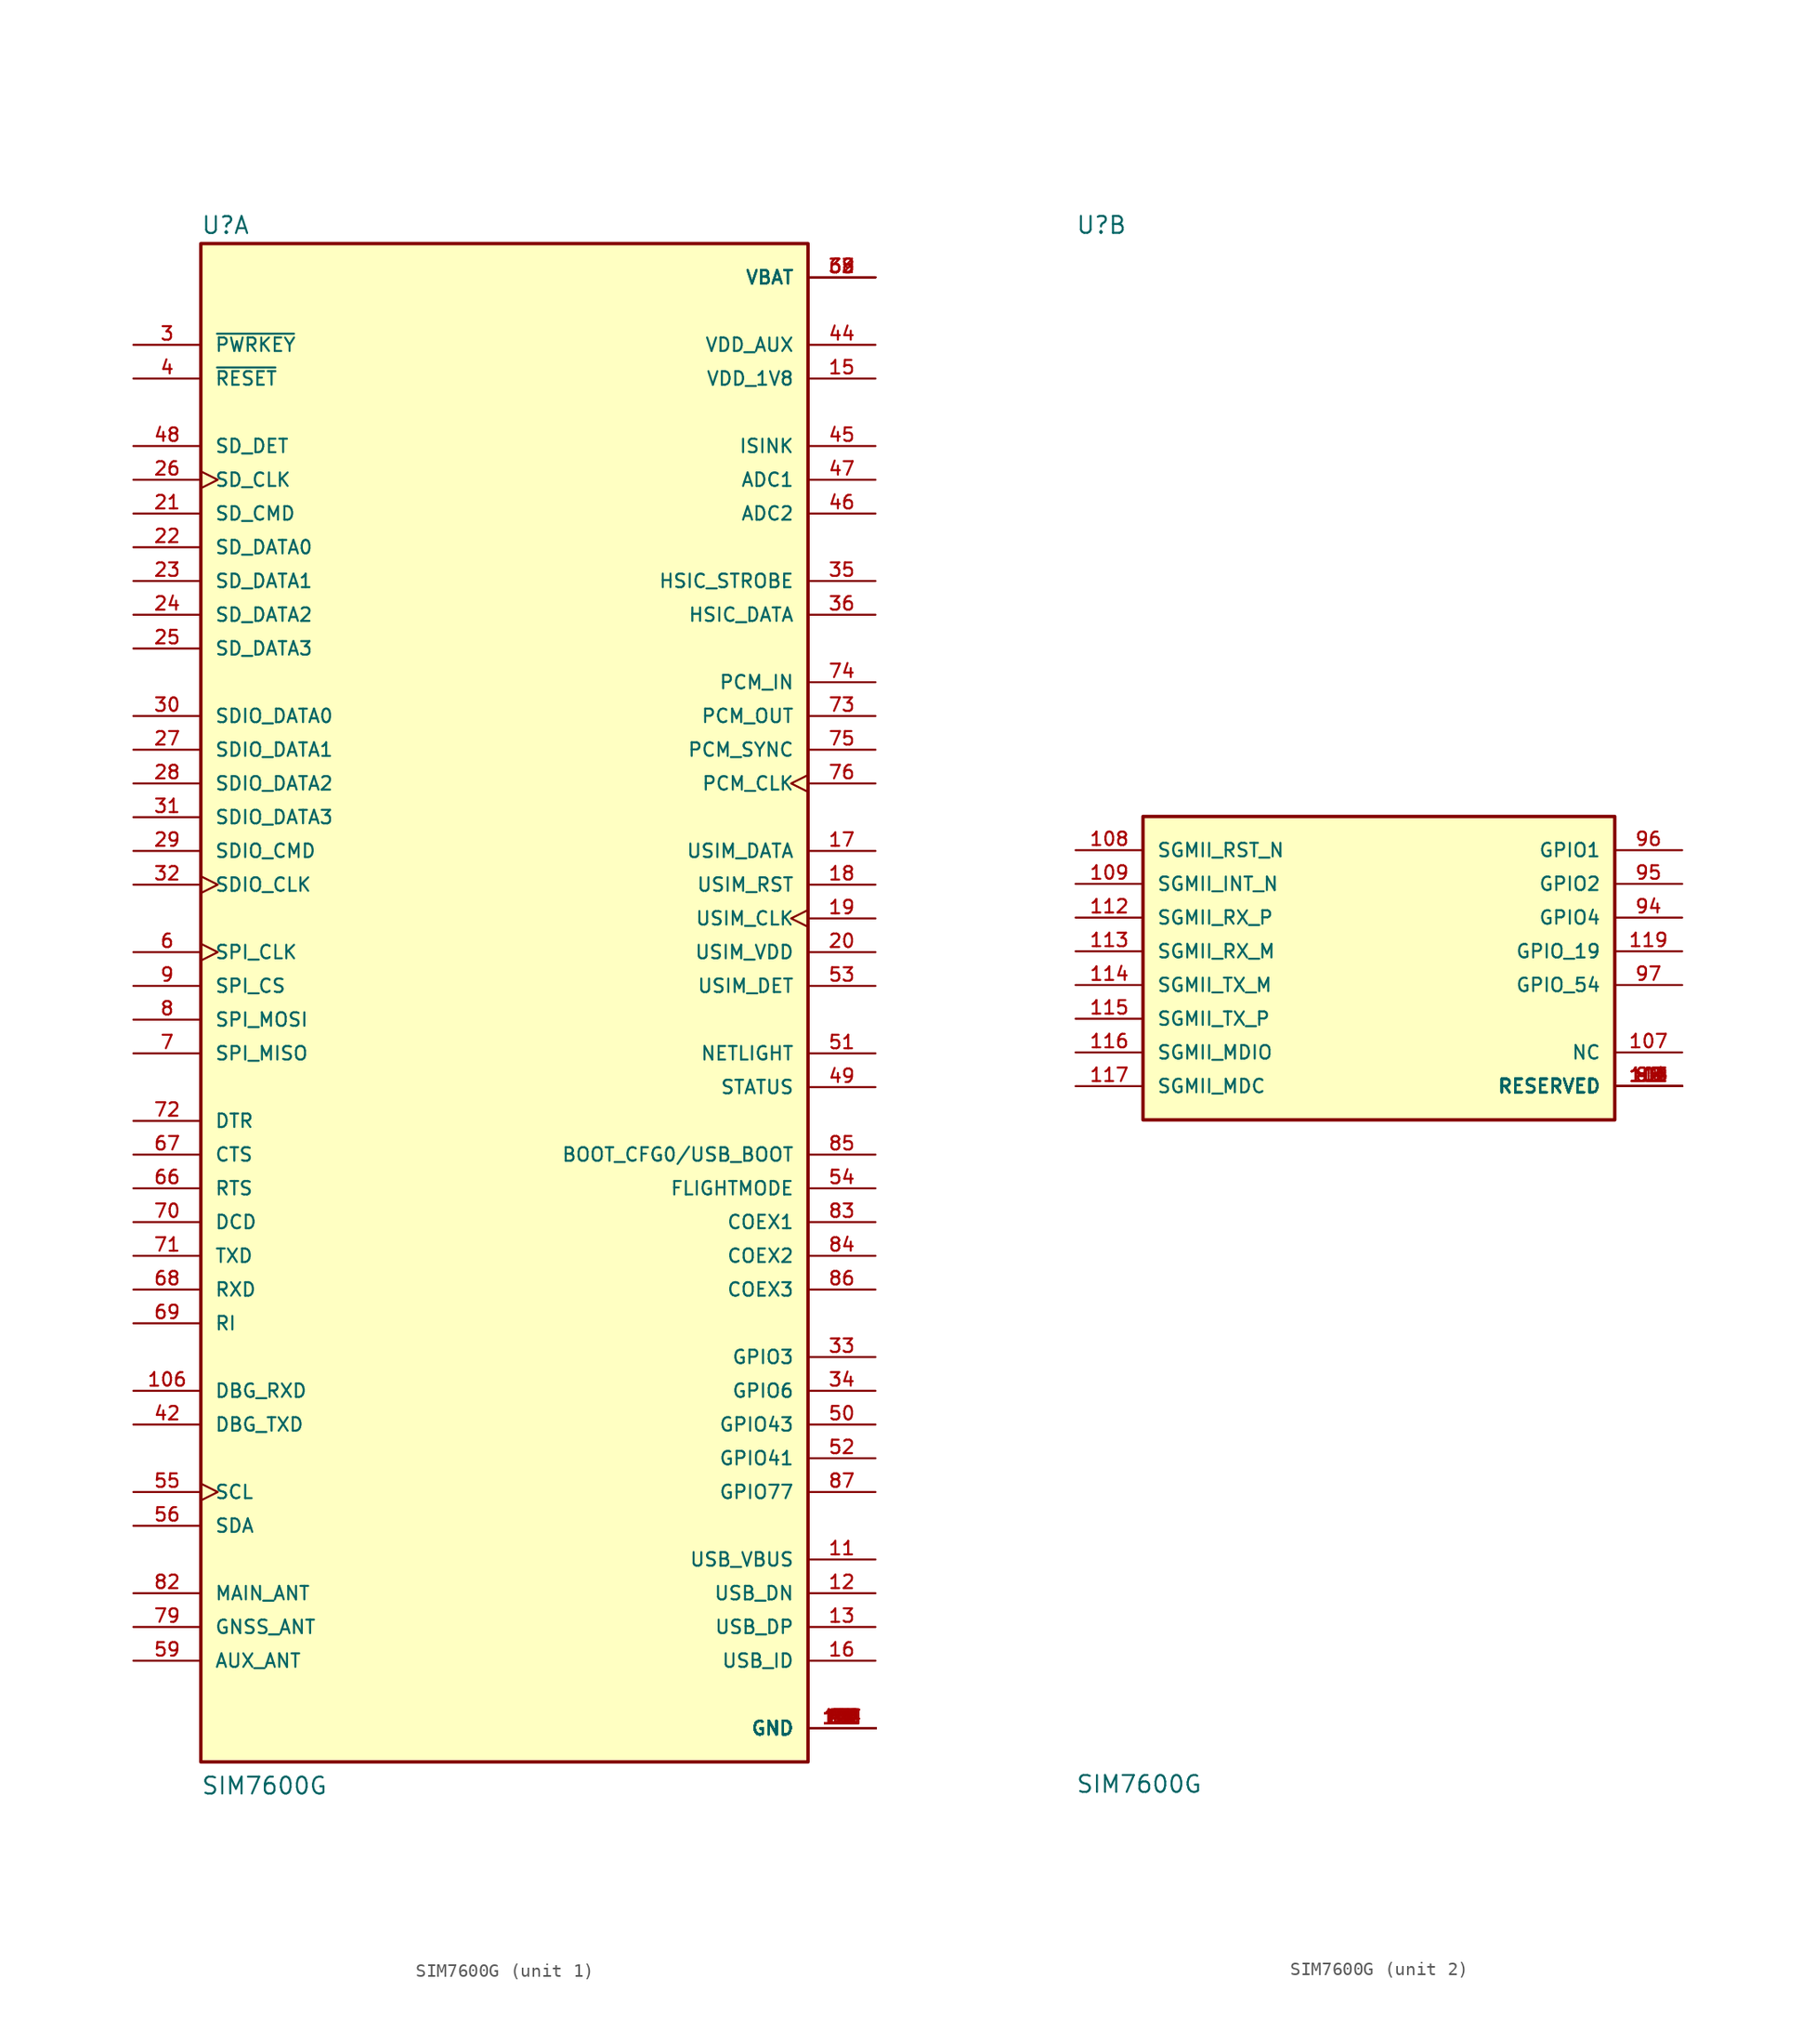
<source format=kicad_sym>
(kicad_symbol_lib
  (version 20211014)
  (generator kicad_symbol_editor)
  (symbol "SIM7600G"
    (pin_names
      (offset 1.016))
    (property "Reference" "U"
      (at -22.86 56.515 0)
      (effects (font (size 1.27 1.27)) (justify bottom left)))
    (property "Value" "SIM7600G"
      (at -22.86 -60.96 0)
      (effects (font (size 1.27 1.27)) (justify bottom left)))
    (symbol "SIM7600G_1_0"
      (rectangle (start -22.86 -58.42) (end 22.86 55.88) (stroke (width 0.254)) (fill (type background)))
      (pin power_in line (at 27.94 53.34 180.0) (length 5.08) (name "VBAT" (effects (font (size 1.016 1.016)))) (number "38" (effects (font (size 1.016 1.016)))))
      (pin power_in line (at 27.94 53.34 180.0) (length 5.08) (name "VBAT" (effects (font (size 1.016 1.016)))) (number "39" (effects (font (size 1.016 1.016)))))
      (pin power_in line (at 27.94 53.34 180.0) (length 5.08) (name "VBAT" (effects (font (size 1.016 1.016)))) (number "62" (effects (font (size 1.016 1.016)))))
      (pin power_in line (at 27.94 53.34 180.0) (length 5.08) (name "VBAT" (effects (font (size 1.016 1.016)))) (number "63" (effects (font (size 1.016 1.016)))))
      (pin output line (at 27.94 48.26 180.0) (length 5.08) (name "VDD_AUX" (effects (font (size 1.016 1.016)))) (number "44" (effects (font (size 1.016 1.016)))))
      (pin output line (at 27.94 45.72 180.0) (length 5.08) (name "VDD_1V8" (effects (font (size 1.016 1.016)))) (number "15" (effects (font (size 1.016 1.016)))))
      (pin power_in line (at 27.94 -55.88 180.0) (length 5.08) (name "GND" (effects (font (size 1.016 1.016)))) (number "1" (effects (font (size 1.016 1.016)))))
      (pin power_in line (at 27.94 -55.88 180.0) (length 5.08) (name "GND" (effects (font (size 1.016 1.016)))) (number "2" (effects (font (size 1.016 1.016)))))
      (pin power_in line (at 27.94 -55.88 180.0) (length 5.08) (name "GND" (effects (font (size 1.016 1.016)))) (number "5" (effects (font (size 1.016 1.016)))))
      (pin power_in line (at 27.94 -55.88 180.0) (length 5.08) (name "GND" (effects (font (size 1.016 1.016)))) (number "10" (effects (font (size 1.016 1.016)))))
      (pin power_in line (at 27.94 -55.88 180.0) (length 5.08) (name "GND" (effects (font (size 1.016 1.016)))) (number "14" (effects (font (size 1.016 1.016)))))
      (pin power_in line (at 27.94 -55.88 180.0) (length 5.08) (name "GND" (effects (font (size 1.016 1.016)))) (number "37" (effects (font (size 1.016 1.016)))))
      (pin power_in line (at 27.94 -55.88 180.0) (length 5.08) (name "GND" (effects (font (size 1.016 1.016)))) (number "40" (effects (font (size 1.016 1.016)))))
      (pin power_in line (at 27.94 -55.88 180.0) (length 5.08) (name "GND" (effects (font (size 1.016 1.016)))) (number "41" (effects (font (size 1.016 1.016)))))
      (pin power_in line (at 27.94 -55.88 180.0) (length 5.08) (name "GND" (effects (font (size 1.016 1.016)))) (number "43" (effects (font (size 1.016 1.016)))))
      (pin power_in line (at 27.94 -55.88 180.0) (length 5.08) (name "GND" (effects (font (size 1.016 1.016)))) (number "57" (effects (font (size 1.016 1.016)))))
      (pin power_in line (at 27.94 -55.88 180.0) (length 5.08) (name "GND" (effects (font (size 1.016 1.016)))) (number "58" (effects (font (size 1.016 1.016)))))
      (pin power_in line (at 27.94 -55.88 180.0) (length 5.08) (name "GND" (effects (font (size 1.016 1.016)))) (number "60" (effects (font (size 1.016 1.016)))))
      (pin power_in line (at 27.94 -55.88 180.0) (length 5.08) (name "GND" (effects (font (size 1.016 1.016)))) (number "61" (effects (font (size 1.016 1.016)))))
      (pin power_in line (at 27.94 -55.88 180.0) (length 5.08) (name "GND" (effects (font (size 1.016 1.016)))) (number "64" (effects (font (size 1.016 1.016)))))
      (pin power_in line (at 27.94 -55.88 180.0) (length 5.08) (name "GND" (effects (font (size 1.016 1.016)))) (number "65" (effects (font (size 1.016 1.016)))))
      (pin power_in line (at 27.94 -55.88 180.0) (length 5.08) (name "GND" (effects (font (size 1.016 1.016)))) (number "77" (effects (font (size 1.016 1.016)))))
      (pin power_in line (at 27.94 -55.88 180.0) (length 5.08) (name "GND" (effects (font (size 1.016 1.016)))) (number "78" (effects (font (size 1.016 1.016)))))
      (pin power_in line (at 27.94 -55.88 180.0) (length 5.08) (name "GND" (effects (font (size 1.016 1.016)))) (number "80" (effects (font (size 1.016 1.016)))))
      (pin power_in line (at 27.94 -55.88 180.0) (length 5.08) (name "GND" (effects (font (size 1.016 1.016)))) (number "81" (effects (font (size 1.016 1.016)))))
      (pin power_in line (at 27.94 -55.88 180.0) (length 5.08) (name "GND" (effects (font (size 1.016 1.016)))) (number "93" (effects (font (size 1.016 1.016)))))
      (pin power_in line (at 27.94 -55.88 180.0) (length 5.08) (name "GND" (effects (font (size 1.016 1.016)))) (number "98" (effects (font (size 1.016 1.016)))))
      (pin power_in line (at 27.94 -55.88 180.0) (length 5.08) (name "GND" (effects (font (size 1.016 1.016)))) (number "110" (effects (font (size 1.016 1.016)))))
      (pin power_in line (at 27.94 -55.88 180.0) (length 5.08) (name "GND" (effects (font (size 1.016 1.016)))) (number "118" (effects (font (size 1.016 1.016)))))
      (pin power_in line (at 27.94 -55.88 180.0) (length 5.08) (name "GND" (effects (font (size 1.016 1.016)))) (number "120" (effects (font (size 1.016 1.016)))))
      (pin power_in line (at 27.94 -55.88 180.0) (length 5.08) (name "GND" (effects (font (size 1.016 1.016)))) (number "121" (effects (font (size 1.016 1.016)))))
      (pin power_in line (at 27.94 -55.88 180.0) (length 5.08) (name "GND" (effects (font (size 1.016 1.016)))) (number "122" (effects (font (size 1.016 1.016)))))
      (pin power_in line (at 27.94 -55.88 180.0) (length 5.08) (name "GND" (effects (font (size 1.016 1.016)))) (number "123" (effects (font (size 1.016 1.016)))))
      (pin power_in line (at 27.94 -55.88 180.0) (length 5.08) (name "GND" (effects (font (size 1.016 1.016)))) (number "124" (effects (font (size 1.016 1.016)))))
      (pin power_in line (at 27.94 -55.88 180.0) (length 5.08) (name "GND" (effects (font (size 1.016 1.016)))) (number "125" (effects (font (size 1.016 1.016)))))
      (pin power_in line (at 27.94 -55.88 180.0) (length 5.08) (name "GND" (effects (font (size 1.016 1.016)))) (number "126" (effects (font (size 1.016 1.016)))))
      (pin power_in line (at 27.94 -55.88 180.0) (length 5.08) (name "GND" (effects (font (size 1.016 1.016)))) (number "127" (effects (font (size 1.016 1.016)))))
      (pin power_in line (at 27.94 -55.88 180.0) (length 5.08) (name "GND" (effects (font (size 1.016 1.016)))) (number "128" (effects (font (size 1.016 1.016)))))
      (pin power_in line (at 27.94 -55.88 180.0) (length 5.08) (name "GND" (effects (font (size 1.016 1.016)))) (number "129" (effects (font (size 1.016 1.016)))))
      (pin power_in line (at 27.94 -55.88 180.0) (length 5.08) (name "GND" (effects (font (size 1.016 1.016)))) (number "130" (effects (font (size 1.016 1.016)))))
      (pin power_in line (at 27.94 -55.88 180.0) (length 5.08) (name "GND" (effects (font (size 1.016 1.016)))) (number "131" (effects (font (size 1.016 1.016)))))
      (pin power_in line (at 27.94 -55.88 180.0) (length 5.08) (name "GND" (effects (font (size 1.016 1.016)))) (number "132" (effects (font (size 1.016 1.016)))))
      (pin power_in line (at 27.94 -55.88 180.0) (length 5.08) (name "GND" (effects (font (size 1.016 1.016)))) (number "133" (effects (font (size 1.016 1.016)))))
      (pin power_in line (at 27.94 -55.88 180.0) (length 5.08) (name "GND" (effects (font (size 1.016 1.016)))) (number "134" (effects (font (size 1.016 1.016)))))
      (pin power_in line (at 27.94 -55.88 180.0) (length 5.08) (name "GND" (effects (font (size 1.016 1.016)))) (number "135" (effects (font (size 1.016 1.016)))))
      (pin input line (at -27.94 48.26 0) (length 5.08) (name "~{PWRKEY}" (effects (font (size 1.016 1.016)))) (number "3" (effects (font (size 1.016 1.016)))))
      (pin input line (at -27.94 45.72 0) (length 5.08) (name "~{RESET}" (effects (font (size 1.016 1.016)))) (number "4" (effects (font (size 1.016 1.016)))))
      (pin bidirectional line (at -27.94 35.56 0) (length 5.08) (name "SD_CMD" (effects (font (size 1.016 1.016)))) (number "21" (effects (font (size 1.016 1.016)))))
      (pin bidirectional line (at -27.94 33.02 0) (length 5.08) (name "SD_DATA0" (effects (font (size 1.016 1.016)))) (number "22" (effects (font (size 1.016 1.016)))))
      (pin output clock (at -27.94 38.1 0) (length 5.08) (name "SD_CLK" (effects (font (size 1.016 1.016)))) (number "26" (effects (font (size 1.016 1.016)))))
      (pin bidirectional line (at 27.94 10.16 180.0) (length 5.08) (name "USIM_DATA" (effects (font (size 1.016 1.016)))) (number "17" (effects (font (size 1.016 1.016)))))
      (pin output line (at 27.94 7.62 180.0) (length 5.08) (name "USIM_RST" (effects (font (size 1.016 1.016)))) (number "18" (effects (font (size 1.016 1.016)))))
      (pin output clock (at 27.94 5.08 180.0) (length 5.08) (name "USIM_CLK" (effects (font (size 1.016 1.016)))) (number "19" (effects (font (size 1.016 1.016)))))
      (pin output line (at 27.94 2.54 180.0) (length 5.08) (name "USIM_VDD" (effects (font (size 1.016 1.016)))) (number "20" (effects (font (size 1.016 1.016)))))
      (pin output clock (at -27.94 2.54 0) (length 5.08) (name "SPI_CLK" (effects (font (size 1.016 1.016)))) (number "6" (effects (font (size 1.016 1.016)))))
      (pin input line (at -27.94 -5.08 0) (length 5.08) (name "SPI_MISO" (effects (font (size 1.016 1.016)))) (number "7" (effects (font (size 1.016 1.016)))))
      (pin output line (at -27.94 -2.54 0) (length 5.08) (name "SPI_MOSI" (effects (font (size 1.016 1.016)))) (number "8" (effects (font (size 1.016 1.016)))))
      (pin output line (at -27.94 0.0 0) (length 5.08) (name "SPI_CS" (effects (font (size 1.016 1.016)))) (number "9" (effects (font (size 1.016 1.016)))))
      (pin input line (at 27.94 -43.18 180.0) (length 5.08) (name "USB_VBUS" (effects (font (size 1.016 1.016)))) (number "11" (effects (font (size 1.016 1.016)))))
      (pin bidirectional line (at 27.94 -45.72 180.0) (length 5.08) (name "USB_DN" (effects (font (size 1.016 1.016)))) (number "12" (effects (font (size 1.016 1.016)))))
      (pin bidirectional line (at 27.94 -48.26 180.0) (length 5.08) (name "USB_DP" (effects (font (size 1.016 1.016)))) (number "13" (effects (font (size 1.016 1.016)))))
      (pin input line (at 27.94 -50.8 180.0) (length 5.08) (name "USB_ID" (effects (font (size 1.016 1.016)))) (number "16" (effects (font (size 1.016 1.016)))))
      (pin output line (at -27.94 -15.24 0) (length 5.08) (name "RTS" (effects (font (size 1.016 1.016)))) (number "66" (effects (font (size 1.016 1.016)))))
      (pin input line (at -27.94 -12.7 0) (length 5.08) (name "CTS" (effects (font (size 1.016 1.016)))) (number "67" (effects (font (size 1.016 1.016)))))
      (pin input line (at -27.94 -22.86 0) (length 5.08) (name "RXD" (effects (font (size 1.016 1.016)))) (number "68" (effects (font (size 1.016 1.016)))))
      (pin output line (at -27.94 -25.4 0) (length 5.08) (name "RI" (effects (font (size 1.016 1.016)))) (number "69" (effects (font (size 1.016 1.016)))))
      (pin output line (at -27.94 -17.78 0) (length 5.08) (name "DCD" (effects (font (size 1.016 1.016)))) (number "70" (effects (font (size 1.016 1.016)))))
      (pin output line (at -27.94 -20.32 0) (length 5.08) (name "TXD" (effects (font (size 1.016 1.016)))) (number "71" (effects (font (size 1.016 1.016)))))
      (pin input line (at -27.94 -10.16 0) (length 5.08) (name "DTR" (effects (font (size 1.016 1.016)))) (number "72" (effects (font (size 1.016 1.016)))))
      (pin output clock (at -27.94 -38.1 0) (length 5.08) (name "SCL" (effects (font (size 1.016 1.016)))) (number "55" (effects (font (size 1.016 1.016)))))
      (pin bidirectional line (at -27.94 -40.64 0) (length 5.08) (name "SDA" (effects (font (size 1.016 1.016)))) (number "56" (effects (font (size 1.016 1.016)))))
      (pin bidirectional line (at -27.94 17.78 0) (length 5.08) (name "SDIO_DATA1" (effects (font (size 1.016 1.016)))) (number "27" (effects (font (size 1.016 1.016)))))
      (pin bidirectional line (at -27.94 15.24 0) (length 5.08) (name "SDIO_DATA2" (effects (font (size 1.016 1.016)))) (number "28" (effects (font (size 1.016 1.016)))))
      (pin bidirectional line (at -27.94 10.16 0) (length 5.08) (name "SDIO_CMD" (effects (font (size 1.016 1.016)))) (number "29" (effects (font (size 1.016 1.016)))))
      (pin bidirectional line (at -27.94 20.32 0) (length 5.08) (name "SDIO_DATA0" (effects (font (size 1.016 1.016)))) (number "30" (effects (font (size 1.016 1.016)))))
      (pin bidirectional line (at -27.94 12.7 0) (length 5.08) (name "SDIO_DATA3" (effects (font (size 1.016 1.016)))) (number "31" (effects (font (size 1.016 1.016)))))
      (pin output clock (at -27.94 7.62 0) (length 5.08) (name "SDIO_CLK" (effects (font (size 1.016 1.016)))) (number "32" (effects (font (size 1.016 1.016)))))
      (pin bidirectional line (at 27.94 30.48 180.0) (length 5.08) (name "HSIC_STROBE" (effects (font (size 1.016 1.016)))) (number "35" (effects (font (size 1.016 1.016)))))
      (pin bidirectional line (at 27.94 27.94 180.0) (length 5.08) (name "HSIC_DATA" (effects (font (size 1.016 1.016)))) (number "36" (effects (font (size 1.016 1.016)))))
      (pin output line (at 27.94 20.32 180.0) (length 5.08) (name "PCM_OUT" (effects (font (size 1.016 1.016)))) (number "73" (effects (font (size 1.016 1.016)))))
      (pin input line (at 27.94 22.86 180.0) (length 5.08) (name "PCM_IN" (effects (font (size 1.016 1.016)))) (number "74" (effects (font (size 1.016 1.016)))))
      (pin bidirectional line (at 27.94 17.78 180.0) (length 5.08) (name "PCM_SYNC" (effects (font (size 1.016 1.016)))) (number "75" (effects (font (size 1.016 1.016)))))
      (pin bidirectional clock (at 27.94 15.24 180.0) (length 5.08) (name "PCM_CLK" (effects (font (size 1.016 1.016)))) (number "76" (effects (font (size 1.016 1.016)))))
      (pin input line (at 27.94 -15.24 180.0) (length 5.08) (name "FLIGHTMODE" (effects (font (size 1.016 1.016)))) (number "54" (effects (font (size 1.016 1.016)))))
      (pin input line (at -27.94 40.64 0) (length 5.08) (name "SD_DET" (effects (font (size 1.016 1.016)))) (number "48" (effects (font (size 1.016 1.016)))))
      (pin bidirectional line (at 27.94 0.0 180.0) (length 5.08) (name "USIM_DET" (effects (font (size 1.016 1.016)))) (number "53" (effects (font (size 1.016 1.016)))))
      (pin bidirectional line (at -27.94 -45.72 0) (length 5.08) (name "MAIN_ANT" (effects (font (size 1.016 1.016)))) (number "82" (effects (font (size 1.016 1.016)))))
      (pin input line (at -27.94 -48.26 0) (length 5.08) (name "GNSS_ANT" (effects (font (size 1.016 1.016)))) (number "79" (effects (font (size 1.016 1.016)))))
      (pin input line (at -27.94 -50.8 0) (length 5.08) (name "AUX_ANT" (effects (font (size 1.016 1.016)))) (number "59" (effects (font (size 1.016 1.016)))))
      (pin bidirectional line (at 27.94 -17.78 180.0) (length 5.08) (name "COEX1" (effects (font (size 1.016 1.016)))) (number "83" (effects (font (size 1.016 1.016)))))
      (pin bidirectional line (at 27.94 -20.32 180.0) (length 5.08) (name "COEX2" (effects (font (size 1.016 1.016)))) (number "84" (effects (font (size 1.016 1.016)))))
      (pin bidirectional line (at 27.94 -22.86 180.0) (length 5.08) (name "COEX3" (effects (font (size 1.016 1.016)))) (number "86" (effects (font (size 1.016 1.016)))))
      (pin bidirectional line (at -27.94 30.48 0) (length 5.08) (name "SD_DATA1" (effects (font (size 1.016 1.016)))) (number "23" (effects (font (size 1.016 1.016)))))
      (pin bidirectional line (at -27.94 27.94 0) (length 5.08) (name "SD_DATA2" (effects (font (size 1.016 1.016)))) (number "24" (effects (font (size 1.016 1.016)))))
      (pin bidirectional line (at -27.94 25.4 0) (length 5.08) (name "SD_DATA3" (effects (font (size 1.016 1.016)))) (number "25" (effects (font (size 1.016 1.016)))))
      (pin input line (at 27.94 -12.7 180.0) (length 5.08) (name "BOOT_CFG0/USB_BOOT" (effects (font (size 1.016 1.016)))) (number "85" (effects (font (size 1.016 1.016)))))
      (pin output line (at -27.94 -33.02 0) (length 5.08) (name "DBG_TXD" (effects (font (size 1.016 1.016)))) (number "42" (effects (font (size 1.016 1.016)))))
      (pin input line (at 27.94 40.64 180.0) (length 5.08) (name "ISINK" (effects (font (size 1.016 1.016)))) (number "45" (effects (font (size 1.016 1.016)))))
      (pin input line (at 27.94 38.1 180.0) (length 5.08) (name "ADC1" (effects (font (size 1.016 1.016)))) (number "47" (effects (font (size 1.016 1.016)))))
      (pin input line (at 27.94 35.56 180.0) (length 5.08) (name "ADC2" (effects (font (size 1.016 1.016)))) (number "46" (effects (font (size 1.016 1.016)))))
      (pin bidirectional line (at 27.94 -35.56 180.0) (length 5.08) (name "GPIO41" (effects (font (size 1.016 1.016)))) (number "52" (effects (font (size 1.016 1.016)))))
      (pin bidirectional line (at 27.94 -33.02 180.0) (length 5.08) (name "GPIO43" (effects (font (size 1.016 1.016)))) (number "50" (effects (font (size 1.016 1.016)))))
      (pin bidirectional line (at 27.94 -27.94 180.0) (length 5.08) (name "GPIO3" (effects (font (size 1.016 1.016)))) (number "33" (effects (font (size 1.016 1.016)))))
      (pin bidirectional line (at 27.94 -30.48 180.0) (length 5.08) (name "GPIO6" (effects (font (size 1.016 1.016)))) (number "34" (effects (font (size 1.016 1.016)))))
      (pin bidirectional line (at 27.94 -38.1 180.0) (length 5.08) (name "GPIO77" (effects (font (size 1.016 1.016)))) (number "87" (effects (font (size 1.016 1.016)))))
      (pin output line (at 27.94 -5.08 180.0) (length 5.08) (name "NETLIGHT" (effects (font (size 1.016 1.016)))) (number "51" (effects (font (size 1.016 1.016)))))
      (pin output line (at 27.94 -7.62 180.0) (length 5.08) (name "STATUS" (effects (font (size 1.016 1.016)))) (number "49" (effects (font (size 1.016 1.016)))))
      (pin input line (at -27.94 -30.48 0) (length 5.08) (name "DBG_RXD" (effects (font (size 1.016 1.016)))) (number "106" (effects (font (size 1.016 1.016))))))
    (symbol "SIM7600G_2_0"
      (rectangle (start -17.78 -10.16) (end 17.78 12.7) (stroke (width 0.254)) (fill (type background)))
      (pin bidirectional line (at 22.86 10.16 180.0) (length 5.08) (name "GPIO1" (effects (font (size 1.016 1.016)))) (number "96" (effects (font (size 1.016 1.016)))))
      (pin bidirectional line (at 22.86 7.62 180.0) (length 5.08) (name "GPIO2" (effects (font (size 1.016 1.016)))) (number "95" (effects (font (size 1.016 1.016)))))
      (pin bidirectional line (at 22.86 5.08 180.0) (length 5.08) (name "GPIO4" (effects (font (size 1.016 1.016)))) (number "94" (effects (font (size 1.016 1.016)))))
      (pin bidirectional line (at 22.86 0.0 180.0) (length 5.08) (name "GPIO_54" (effects (font (size 1.016 1.016)))) (number "97" (effects (font (size 1.016 1.016)))))
      (pin bidirectional line (at 22.86 2.54 180.0) (length 5.08) (name "GPIO_19" (effects (font (size 1.016 1.016)))) (number "119" (effects (font (size 1.016 1.016)))))
      (pin passive line (at 22.86 -7.62 180.0) (length 5.08) (name "RESERVED" (effects (font (size 1.016 1.016)))) (number "88" (effects (font (size 1.016 1.016)))))
      (pin passive line (at 22.86 -7.62 180.0) (length 5.08) (name "RESERVED" (effects (font (size 1.016 1.016)))) (number "89" (effects (font (size 1.016 1.016)))))
      (pin passive line (at 22.86 -7.62 180.0) (length 5.08) (name "RESERVED" (effects (font (size 1.016 1.016)))) (number "90" (effects (font (size 1.016 1.016)))))
      (pin passive line (at 22.86 -7.62 180.0) (length 5.08) (name "RESERVED" (effects (font (size 1.016 1.016)))) (number "91" (effects (font (size 1.016 1.016)))))
      (pin passive line (at 22.86 -7.62 180.0) (length 5.08) (name "RESERVED" (effects (font (size 1.016 1.016)))) (number "92" (effects (font (size 1.016 1.016)))))
      (pin passive line (at 22.86 -7.62 180.0) (length 5.08) (name "RESERVED" (effects (font (size 1.016 1.016)))) (number "99" (effects (font (size 1.016 1.016)))))
      (pin passive line (at 22.86 -7.62 180.0) (length 5.08) (name "RESERVED" (effects (font (size 1.016 1.016)))) (number "100" (effects (font (size 1.016 1.016)))))
      (pin passive line (at 22.86 -7.62 180.0) (length 5.08) (name "RESERVED" (effects (font (size 1.016 1.016)))) (number "101" (effects (font (size 1.016 1.016)))))
      (pin passive line (at 22.86 -7.62 180.0) (length 5.08) (name "RESERVED" (effects (font (size 1.016 1.016)))) (number "102" (effects (font (size 1.016 1.016)))))
      (pin passive line (at 22.86 -7.62 180.0) (length 5.08) (name "RESERVED" (effects (font (size 1.016 1.016)))) (number "103" (effects (font (size 1.016 1.016)))))
      (pin passive line (at 22.86 -7.62 180.0) (length 5.08) (name "RESERVED" (effects (font (size 1.016 1.016)))) (number "104" (effects (font (size 1.016 1.016)))))
      (pin passive line (at 22.86 -7.62 180.0) (length 5.08) (name "RESERVED" (effects (font (size 1.016 1.016)))) (number "105" (effects (font (size 1.016 1.016)))))
      (pin passive line (at 22.86 -7.62 180.0) (length 5.08) (name "RESERVED" (effects (font (size 1.016 1.016)))) (number "111" (effects (font (size 1.016 1.016)))))
      (pin bidirectional line (at -22.86 10.16 0) (length 5.08) (name "SGMII_RST_N" (effects (font (size 1.016 1.016)))) (number "108" (effects (font (size 1.016 1.016)))))
      (pin bidirectional line (at -22.86 7.62 0) (length 5.08) (name "SGMII_INT_N" (effects (font (size 1.016 1.016)))) (number "109" (effects (font (size 1.016 1.016)))))
      (pin bidirectional line (at -22.86 5.08 0) (length 5.08) (name "SGMII_RX_P" (effects (font (size 1.016 1.016)))) (number "112" (effects (font (size 1.016 1.016)))))
      (pin bidirectional line (at -22.86 2.54 0) (length 5.08) (name "SGMII_RX_M" (effects (font (size 1.016 1.016)))) (number "113" (effects (font (size 1.016 1.016)))))
      (pin bidirectional line (at -22.86 0.0 0) (length 5.08) (name "SGMII_TX_M" (effects (font (size 1.016 1.016)))) (number "114" (effects (font (size 1.016 1.016)))))
      (pin bidirectional line (at -22.86 -5.08 0) (length 5.08) (name "SGMII_MDIO" (effects (font (size 1.016 1.016)))) (number "116" (effects (font (size 1.016 1.016)))))
      (pin bidirectional line (at -22.86 -7.62 0) (length 5.08) (name "SGMII_MDC" (effects (font (size 1.016 1.016)))) (number "117" (effects (font (size 1.016 1.016)))))
      (pin bidirectional line (at -22.86 -2.54 0) (length 5.08) (name "SGMII_TX_P" (effects (font (size 1.016 1.016)))) (number "115" (effects (font (size 1.016 1.016)))))
      (pin passive line (at 22.86 -5.08 180.0) (length 5.08) (name "NC" (effects (font (size 1.016 1.016)))) (number "107" (effects (font (size 1.016 1.016))))))))
</source>
